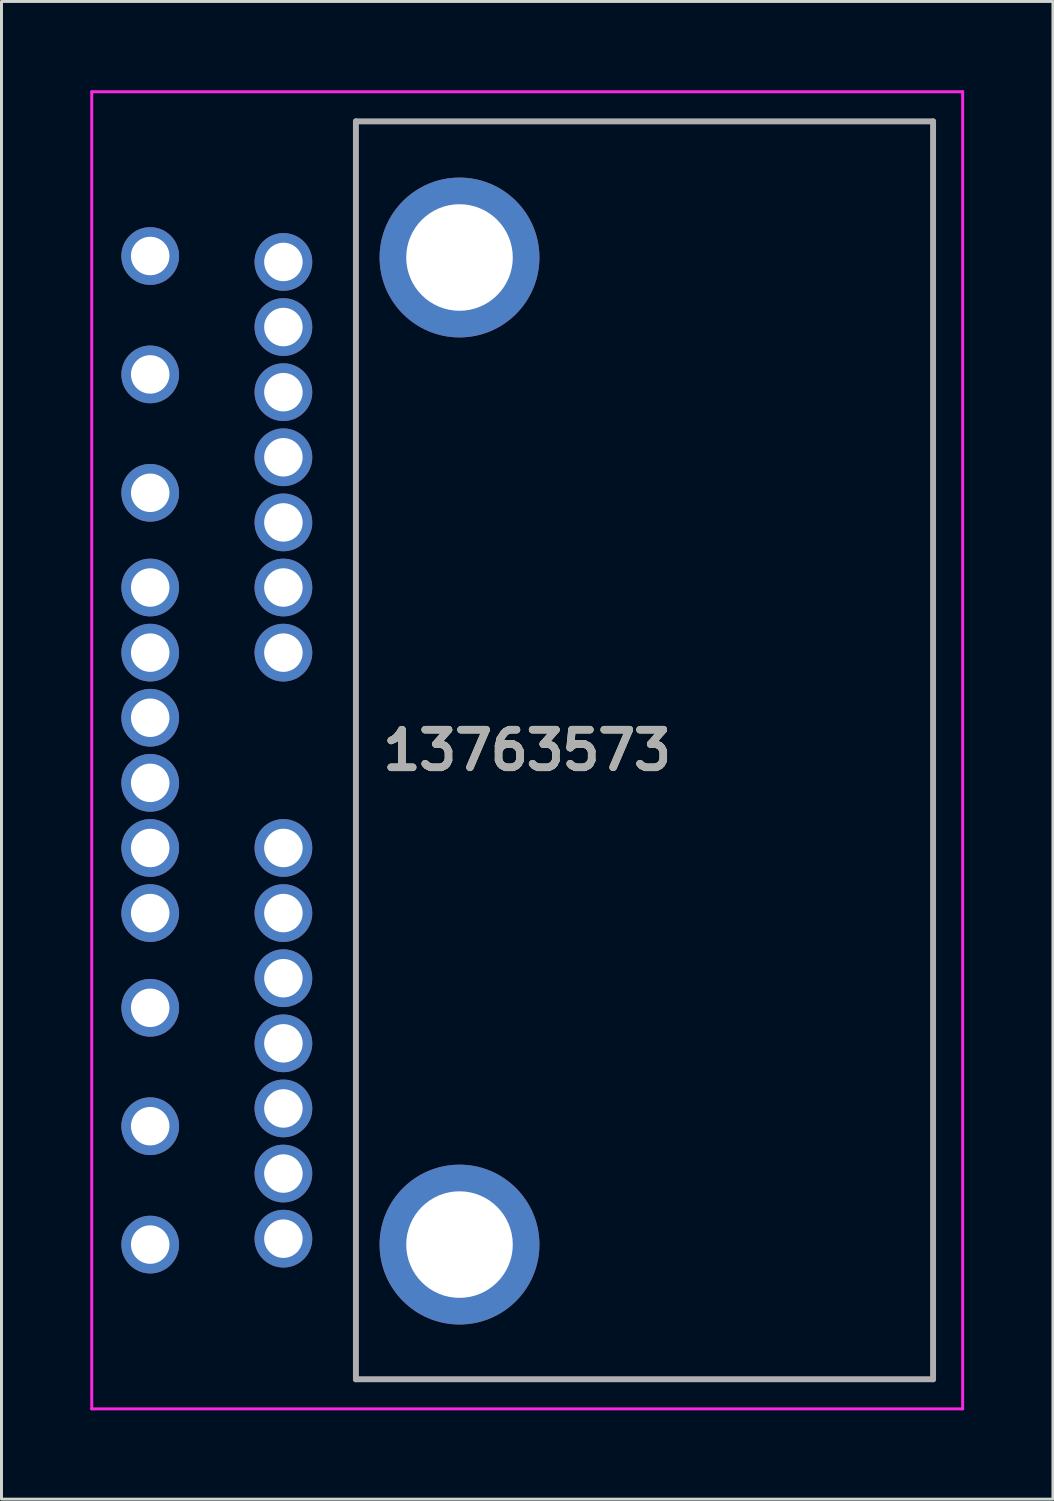
<source format=kicad_pcb>
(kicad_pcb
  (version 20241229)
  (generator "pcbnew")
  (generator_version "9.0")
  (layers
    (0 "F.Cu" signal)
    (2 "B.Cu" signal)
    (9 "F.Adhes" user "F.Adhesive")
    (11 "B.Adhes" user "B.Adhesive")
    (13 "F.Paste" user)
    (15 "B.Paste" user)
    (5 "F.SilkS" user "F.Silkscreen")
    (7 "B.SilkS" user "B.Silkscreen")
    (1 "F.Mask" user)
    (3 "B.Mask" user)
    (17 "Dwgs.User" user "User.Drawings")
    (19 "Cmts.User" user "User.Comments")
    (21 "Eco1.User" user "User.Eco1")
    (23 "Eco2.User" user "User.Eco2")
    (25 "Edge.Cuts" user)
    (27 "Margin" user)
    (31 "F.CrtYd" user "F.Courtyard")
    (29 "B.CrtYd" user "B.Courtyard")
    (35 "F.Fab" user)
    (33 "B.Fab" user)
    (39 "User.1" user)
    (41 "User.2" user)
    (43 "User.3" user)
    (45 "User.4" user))
  (footprint "13763573"
    (layer "F.Cu")
    (at 2.025 5.65)
    (property "Reference" "13763573" (at 12.738 16.65 0) (layer "F.SilkS") (effects (font (size 1.27 1.27) (thickness 0.254))))
    (attr through_hole)
    (fp_line (start 6.95 -4.6) (end 26.45 -4.6) (stroke (width 0.1) (type solid)) (layer "F.SilkS"))
    (fp_line (start 6.95 37.9) (end 6.95 -4.6) (stroke (width 0.1) (type solid)) (layer "F.SilkS"))
    (fp_line (start 26.45 -4.6) (end 26.45 37.9) (stroke (width 0.1) (type solid)) (layer "F.SilkS"))
    (fp_line (start 26.45 37.9) (end 6.95 37.9) (stroke (width 0.1) (type solid)) (layer "F.SilkS"))
    (fp_line (start -1.975 -5.6) (end 27.45 -5.6) (stroke (width 0.1) (type solid)) (layer "F.CrtYd"))
    (fp_line (start -1.975 38.9) (end -1.975 -5.6) (stroke (width 0.1) (type solid)) (layer "F.CrtYd"))
    (fp_line (start 27.45 -5.6) (end 27.45 38.9) (stroke (width 0.1) (type solid)) (layer "F.CrtYd"))
    (fp_line (start 27.45 38.9) (end -1.975 38.9) (stroke (width 0.1) (type solid)) (layer "F.CrtYd"))
    (fp_line (start 6.95 -4.6) (end 26.45 -4.6) (stroke (width 0.2) (type solid)) (layer "F.Fab"))
    (fp_line (start 6.95 37.9) (end 6.95 -4.6) (stroke (width 0.2) (type solid)) (layer "F.Fab"))
    (fp_line (start 26.45 -4.6) (end 26.45 37.9) (stroke (width 0.2) (type solid)) (layer "F.Fab"))
    (fp_line (start 26.45 37.9) (end 6.95 37.9) (stroke (width 0.2) (type solid)) (layer "F.Fab"))
    (fp_text user "${REFERENCE}" (at 12.738 16.65 0) (layer "F.Fab") (effects (font (size 1.27 1.27) (thickness 0.254))))
    (pad "1" thru_hole circle (at 0 -0.05) (size 1.95 1.95) (drill 1.3) (layers "*.Cu" "*.Mask"))
    (pad "2" thru_hole circle (at 0 3.95) (size 1.95 1.95) (drill 1.3) (layers "*.Cu" "*.Mask"))
    (pad "3" thru_hole circle (at 0 7.95) (size 1.95 1.95) (drill 1.3) (layers "*.Cu" "*.Mask"))
    (pad "4" thru_hole circle (at 0 11.15) (size 1.95 1.95) (drill 1.3) (layers "*.Cu" "*.Mask"))
    (pad "5" thru_hole circle (at 0 13.35) (size 1.95 1.95) (drill 1.3) (layers "*.Cu" "*.Mask"))
    (pad "6" thru_hole circle (at 0 15.55) (size 1.95 1.95) (drill 1.3) (layers "*.Cu" "*.Mask"))
    (pad "7" thru_hole circle (at 0 17.75) (size 1.95 1.95) (drill 1.3) (layers "*.Cu" "*.Mask"))
    (pad "8" thru_hole circle (at 0 19.95) (size 1.95 1.95) (drill 1.3) (layers "*.Cu" "*.Mask"))
    (pad "9" thru_hole circle (at 0 22.15) (size 1.95 1.95) (drill 1.3) (layers "*.Cu" "*.Mask"))
    (pad "10" thru_hole circle (at 0 25.35) (size 1.95 1.95) (drill 1.3) (layers "*.Cu" "*.Mask"))
    (pad "11" thru_hole circle (at 0 29.35) (size 1.95 1.95) (drill 1.3) (layers "*.Cu" "*.Mask"))
    (pad "12" thru_hole circle (at 0 33.35) (size 1.95 1.95) (drill 1.3) (layers "*.Cu" "*.Mask"))
    (pad "13" thru_hole circle (at 4.5 0.15) (size 1.95 1.95) (drill 1.3) (layers "*.Cu" "*.Mask"))
    (pad "14" thru_hole circle (at 4.5 2.35) (size 1.95 1.95) (drill 1.3) (layers "*.Cu" "*.Mask"))
    (pad "15" thru_hole circle (at 4.5 4.55) (size 1.95 1.95) (drill 1.3) (layers "*.Cu" "*.Mask"))
    (pad "16" thru_hole circle (at 4.5 6.75) (size 1.95 1.95) (drill 1.3) (layers "*.Cu" "*.Mask"))
    (pad "17" thru_hole circle (at 4.5 8.95) (size 1.95 1.95) (drill 1.3) (layers "*.Cu" "*.Mask"))
    (pad "18" thru_hole circle (at 4.5 11.15) (size 1.95 1.95) (drill 1.3) (layers "*.Cu" "*.Mask"))
    (pad "19" thru_hole circle (at 4.5 13.35) (size 1.95 1.95) (drill 1.3) (layers "*.Cu" "*.Mask"))
    (pad "20" thru_hole circle (at 4.5 19.95) (size 1.95 1.95) (drill 1.3) (layers "*.Cu" "*.Mask"))
    (pad "21" thru_hole circle (at 4.5 22.15) (size 1.95 1.95) (drill 1.3) (layers "*.Cu" "*.Mask"))
    (pad "22" thru_hole circle (at 4.5 24.35) (size 1.95 1.95) (drill 1.3) (layers "*.Cu" "*.Mask"))
    (pad "23" thru_hole circle (at 4.5 26.55) (size 1.95 1.95) (drill 1.3) (layers "*.Cu" "*.Mask"))
    (pad "24" thru_hole circle (at 4.5 28.75) (size 1.95 1.95) (drill 1.3) (layers "*.Cu" "*.Mask"))
    (pad "25" thru_hole circle (at 4.5 30.95) (size 1.95 1.95) (drill 1.3) (layers "*.Cu" "*.Mask"))
    (pad "26" thru_hole circle (at 4.5 33.15) (size 1.95 1.95) (drill 1.3) (layers "*.Cu" "*.Mask"))
    (pad "MH1" thru_hole circle (at 10.45 0) (size 5.4 5.4) (drill 3.6) (layers "*.Cu" "*.Mask"))
    (pad "MH2" thru_hole circle (at 10.45 33.35) (size 5.4 5.4) (drill 3.6) (layers "*.Cu" "*.Mask")))
  (gr_rect
    (start -3 -3)
    (end 32.525 47.6)
    (stroke (width 0.1) (type default))
    (fill no)
    (layer "Edge.Cuts")))
</source>
